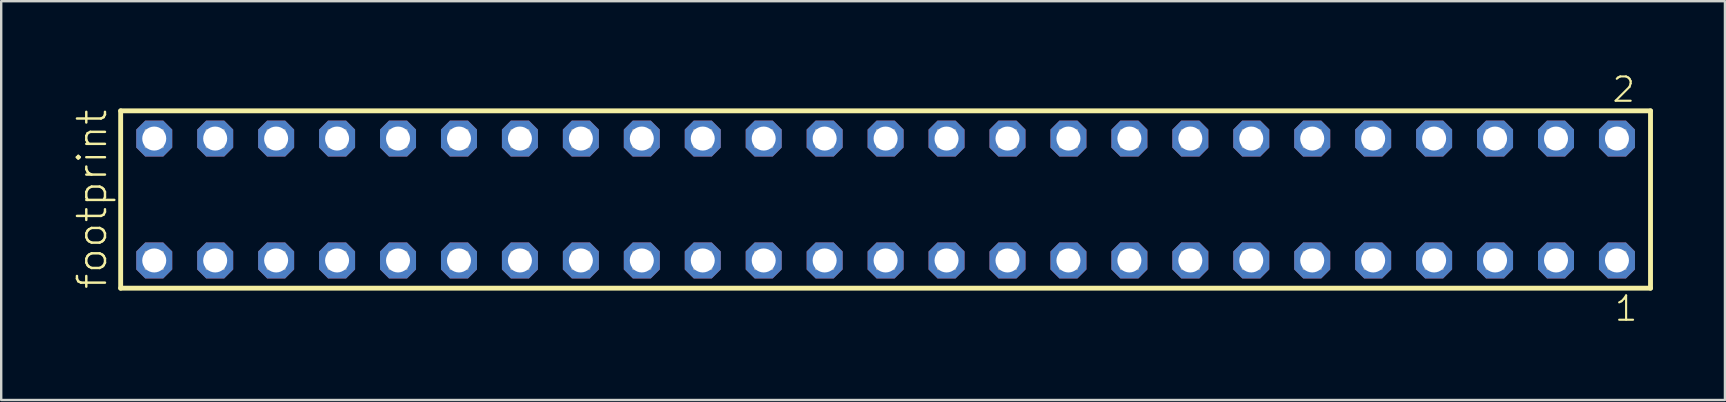
<source format=kicad_pcb>
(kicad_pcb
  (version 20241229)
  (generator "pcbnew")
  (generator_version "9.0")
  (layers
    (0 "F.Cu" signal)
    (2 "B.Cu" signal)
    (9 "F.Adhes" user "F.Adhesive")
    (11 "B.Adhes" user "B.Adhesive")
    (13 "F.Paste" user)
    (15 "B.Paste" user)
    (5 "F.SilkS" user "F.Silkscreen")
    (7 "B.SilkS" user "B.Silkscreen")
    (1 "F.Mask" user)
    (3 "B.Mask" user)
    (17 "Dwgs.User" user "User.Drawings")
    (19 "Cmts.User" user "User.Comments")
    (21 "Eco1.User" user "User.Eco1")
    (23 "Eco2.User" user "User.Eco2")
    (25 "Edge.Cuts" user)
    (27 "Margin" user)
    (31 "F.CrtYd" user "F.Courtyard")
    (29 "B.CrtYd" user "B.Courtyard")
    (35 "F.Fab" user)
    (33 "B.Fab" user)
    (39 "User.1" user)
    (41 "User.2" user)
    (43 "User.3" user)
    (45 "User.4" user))
  (footprint "footprint"
    (layer "F.Cu")
    (at 33.858 5.265)
    (property "Reference" "footprint" (at -32.385 3.81 90) (layer "F.SilkS") (effects (font (size 1.168 1.168) (thickness 0.102)) (justify left bottom)))
    (fp_line (start -31.879 -3.695) (end 31.879 -3.695) (stroke (width 0.203) (type solid)) (layer "F.SilkS"))
    (fp_line (start -31.879 3.695) (end -31.879 -3.695) (stroke (width 0.203) (type solid)) (layer "F.SilkS"))
    (fp_line (start 31.879 -3.695) (end 31.879 3.695) (stroke (width 0.203) (type solid)) (layer "F.SilkS"))
    (fp_line (start 31.879 3.695) (end -31.879 3.695) (stroke (width 0.203) (type solid)) (layer "F.SilkS"))
    (fp_poly (pts (xy -30.83 -2.19) (xy -30.13 -2.19) (xy -30.13 -2.89) (xy -30.83 -2.89)) (stroke (width 0.1) (type solid)) (fill no) (layer "F.Fab"))
    (fp_poly (pts (xy -30.83 2.89) (xy -30.13 2.89) (xy -30.13 2.19) (xy -30.83 2.19)) (stroke (width 0.1) (type solid)) (fill no) (layer "F.Fab"))
    (fp_poly (pts (xy -28.29 -2.19) (xy -27.59 -2.19) (xy -27.59 -2.89) (xy -28.29 -2.89)) (stroke (width 0.1) (type solid)) (fill no) (layer "F.Fab"))
    (fp_poly (pts (xy -28.29 2.89) (xy -27.59 2.89) (xy -27.59 2.19) (xy -28.29 2.19)) (stroke (width 0.1) (type solid)) (fill no) (layer "F.Fab"))
    (fp_poly (pts (xy -25.75 -2.19) (xy -25.05 -2.19) (xy -25.05 -2.89) (xy -25.75 -2.89)) (stroke (width 0.1) (type solid)) (fill no) (layer "F.Fab"))
    (fp_poly (pts (xy -25.75 2.89) (xy -25.05 2.89) (xy -25.05 2.19) (xy -25.75 2.19)) (stroke (width 0.1) (type solid)) (fill no) (layer "F.Fab"))
    (fp_poly (pts (xy -23.21 -2.19) (xy -22.51 -2.19) (xy -22.51 -2.89) (xy -23.21 -2.89)) (stroke (width 0.1) (type solid)) (fill no) (layer "F.Fab"))
    (fp_poly (pts (xy -23.21 2.89) (xy -22.51 2.89) (xy -22.51 2.19) (xy -23.21 2.19)) (stroke (width 0.1) (type solid)) (fill no) (layer "F.Fab"))
    (fp_poly (pts (xy -20.67 -2.19) (xy -19.97 -2.19) (xy -19.97 -2.89) (xy -20.67 -2.89)) (stroke (width 0.1) (type solid)) (fill no) (layer "F.Fab"))
    (fp_poly (pts (xy -20.67 2.89) (xy -19.97 2.89) (xy -19.97 2.19) (xy -20.67 2.19)) (stroke (width 0.1) (type solid)) (fill no) (layer "F.Fab"))
    (fp_poly (pts (xy -18.13 -2.19) (xy -17.43 -2.19) (xy -17.43 -2.89) (xy -18.13 -2.89)) (stroke (width 0.1) (type solid)) (fill no) (layer "F.Fab"))
    (fp_poly (pts (xy -18.13 2.89) (xy -17.43 2.89) (xy -17.43 2.19) (xy -18.13 2.19)) (stroke (width 0.1) (type solid)) (fill no) (layer "F.Fab"))
    (fp_poly (pts (xy -15.59 -2.19) (xy -14.89 -2.19) (xy -14.89 -2.89) (xy -15.59 -2.89)) (stroke (width 0.1) (type solid)) (fill no) (layer "F.Fab"))
    (fp_poly (pts (xy -15.59 2.89) (xy -14.89 2.89) (xy -14.89 2.19) (xy -15.59 2.19)) (stroke (width 0.1) (type solid)) (fill no) (layer "F.Fab"))
    (fp_poly (pts (xy -13.05 -2.19) (xy -12.35 -2.19) (xy -12.35 -2.89) (xy -13.05 -2.89)) (stroke (width 0.1) (type solid)) (fill no) (layer "F.Fab"))
    (fp_poly (pts (xy -13.05 2.89) (xy -12.35 2.89) (xy -12.35 2.19) (xy -13.05 2.19)) (stroke (width 0.1) (type solid)) (fill no) (layer "F.Fab"))
    (fp_poly (pts (xy -10.51 -2.19) (xy -9.81 -2.19) (xy -9.81 -2.89) (xy -10.51 -2.89)) (stroke (width 0.1) (type solid)) (fill no) (layer "F.Fab"))
    (fp_poly (pts (xy -10.51 2.89) (xy -9.81 2.89) (xy -9.81 2.19) (xy -10.51 2.19)) (stroke (width 0.1) (type solid)) (fill no) (layer "F.Fab"))
    (fp_poly (pts (xy -7.97 -2.19) (xy -7.27 -2.19) (xy -7.27 -2.89) (xy -7.97 -2.89)) (stroke (width 0.1) (type solid)) (fill no) (layer "F.Fab"))
    (fp_poly (pts (xy -7.97 2.89) (xy -7.27 2.89) (xy -7.27 2.19) (xy -7.97 2.19)) (stroke (width 0.1) (type solid)) (fill no) (layer "F.Fab"))
    (fp_poly (pts (xy -5.43 -2.19) (xy -4.73 -2.19) (xy -4.73 -2.89) (xy -5.43 -2.89)) (stroke (width 0.1) (type solid)) (fill no) (layer "F.Fab"))
    (fp_poly (pts (xy -5.43 2.89) (xy -4.73 2.89) (xy -4.73 2.19) (xy -5.43 2.19)) (stroke (width 0.1) (type solid)) (fill no) (layer "F.Fab"))
    (fp_poly (pts (xy -2.89 -2.19) (xy -2.19 -2.19) (xy -2.19 -2.89) (xy -2.89 -2.89)) (stroke (width 0.1) (type solid)) (fill no) (layer "F.Fab"))
    (fp_poly (pts (xy -2.89 2.89) (xy -2.19 2.89) (xy -2.19 2.19) (xy -2.89 2.19)) (stroke (width 0.1) (type solid)) (fill no) (layer "F.Fab"))
    (fp_poly (pts (xy -0.35 -2.19) (xy 0.35 -2.19) (xy 0.35 -2.89) (xy -0.35 -2.89)) (stroke (width 0.1) (type solid)) (fill no) (layer "F.Fab"))
    (fp_poly (pts (xy -0.35 2.89) (xy 0.35 2.89) (xy 0.35 2.19) (xy -0.35 2.19)) (stroke (width 0.1) (type solid)) (fill no) (layer "F.Fab"))
    (fp_poly (pts (xy 2.19 -2.19) (xy 2.89 -2.19) (xy 2.89 -2.89) (xy 2.19 -2.89)) (stroke (width 0.1) (type solid)) (fill no) (layer "F.Fab"))
    (fp_poly (pts (xy 2.19 2.89) (xy 2.89 2.89) (xy 2.89 2.19) (xy 2.19 2.19)) (stroke (width 0.1) (type solid)) (fill no) (layer "F.Fab"))
    (fp_poly (pts (xy 4.73 -2.19) (xy 5.43 -2.19) (xy 5.43 -2.89) (xy 4.73 -2.89)) (stroke (width 0.1) (type solid)) (fill no) (layer "F.Fab"))
    (fp_poly (pts (xy 4.73 2.89) (xy 5.43 2.89) (xy 5.43 2.19) (xy 4.73 2.19)) (stroke (width 0.1) (type solid)) (fill no) (layer "F.Fab"))
    (fp_poly (pts (xy 7.27 -2.19) (xy 7.97 -2.19) (xy 7.97 -2.89) (xy 7.27 -2.89)) (stroke (width 0.1) (type solid)) (fill no) (layer "F.Fab"))
    (fp_poly (pts (xy 7.27 2.89) (xy 7.97 2.89) (xy 7.97 2.19) (xy 7.27 2.19)) (stroke (width 0.1) (type solid)) (fill no) (layer "F.Fab"))
    (fp_poly (pts (xy 9.81 -2.19) (xy 10.51 -2.19) (xy 10.51 -2.89) (xy 9.81 -2.89)) (stroke (width 0.1) (type solid)) (fill no) (layer "F.Fab"))
    (fp_poly (pts (xy 9.81 2.89) (xy 10.51 2.89) (xy 10.51 2.19) (xy 9.81 2.19)) (stroke (width 0.1) (type solid)) (fill no) (layer "F.Fab"))
    (fp_poly (pts (xy 12.35 -2.19) (xy 13.05 -2.19) (xy 13.05 -2.89) (xy 12.35 -2.89)) (stroke (width 0.1) (type solid)) (fill no) (layer "F.Fab"))
    (fp_poly (pts (xy 12.35 2.89) (xy 13.05 2.89) (xy 13.05 2.19) (xy 12.35 2.19)) (stroke (width 0.1) (type solid)) (fill no) (layer "F.Fab"))
    (fp_poly (pts (xy 14.89 -2.19) (xy 15.59 -2.19) (xy 15.59 -2.89) (xy 14.89 -2.89)) (stroke (width 0.1) (type solid)) (fill no) (layer "F.Fab"))
    (fp_poly (pts (xy 14.89 2.89) (xy 15.59 2.89) (xy 15.59 2.19) (xy 14.89 2.19)) (stroke (width 0.1) (type solid)) (fill no) (layer "F.Fab"))
    (fp_poly (pts (xy 17.43 -2.19) (xy 18.13 -2.19) (xy 18.13 -2.89) (xy 17.43 -2.89)) (stroke (width 0.1) (type solid)) (fill no) (layer "F.Fab"))
    (fp_poly (pts (xy 17.43 2.89) (xy 18.13 2.89) (xy 18.13 2.19) (xy 17.43 2.19)) (stroke (width 0.1) (type solid)) (fill no) (layer "F.Fab"))
    (fp_poly (pts (xy 19.97 -2.19) (xy 20.67 -2.19) (xy 20.67 -2.89) (xy 19.97 -2.89)) (stroke (width 0.1) (type solid)) (fill no) (layer "F.Fab"))
    (fp_poly (pts (xy 19.97 2.89) (xy 20.67 2.89) (xy 20.67 2.19) (xy 19.97 2.19)) (stroke (width 0.1) (type solid)) (fill no) (layer "F.Fab"))
    (fp_poly (pts (xy 22.51 -2.19) (xy 23.21 -2.19) (xy 23.21 -2.89) (xy 22.51 -2.89)) (stroke (width 0.1) (type solid)) (fill no) (layer "F.Fab"))
    (fp_poly (pts (xy 22.51 2.89) (xy 23.21 2.89) (xy 23.21 2.19) (xy 22.51 2.19)) (stroke (width 0.1) (type solid)) (fill no) (layer "F.Fab"))
    (fp_poly (pts (xy 25.05 -2.19) (xy 25.75 -2.19) (xy 25.75 -2.89) (xy 25.05 -2.89)) (stroke (width 0.1) (type solid)) (fill no) (layer "F.Fab"))
    (fp_poly (pts (xy 25.05 2.89) (xy 25.75 2.89) (xy 25.75 2.19) (xy 25.05 2.19)) (stroke (width 0.1) (type solid)) (fill no) (layer "F.Fab"))
    (fp_poly (pts (xy 27.59 -2.19) (xy 28.29 -2.19) (xy 28.29 -2.89) (xy 27.59 -2.89)) (stroke (width 0.1) (type solid)) (fill no) (layer "F.Fab"))
    (fp_poly (pts (xy 27.59 2.89) (xy 28.29 2.89) (xy 28.29 2.19) (xy 27.59 2.19)) (stroke (width 0.1) (type solid)) (fill no) (layer "F.Fab"))
    (fp_poly (pts (xy 30.13 -2.19) (xy 30.83 -2.19) (xy 30.83 -2.89) (xy 30.13 -2.89)) (stroke (width 0.1) (type solid)) (fill no) (layer "F.Fab"))
    (fp_poly (pts (xy 30.13 2.89) (xy 30.83 2.89) (xy 30.83 2.19) (xy 30.13 2.19)) (stroke (width 0.1) (type solid)) (fill no) (layer "F.Fab"))
    (fp_text user "1" (at 30.322 5.138 0) (layer "F.SilkS") (effects (font (size 1.012 1.012) (thickness 0.088)) (justify left bottom)))
    (fp_text user "2" (at 30.222 -3.989 0) (layer "F.SilkS") (effects (font (size 1.012 1.012) (thickness 0.088)) (justify left bottom)))
    (pad "1" thru_hole roundrect (at 30.48 2.54 180) (size 1.5 1.5) (drill 1) (layers "*.Cu" "*.Mask") (roundrect_rratio 0.25) (chamfer_ratio 0.25) (chamfer top_left top_right bottom_left bottom_right))
    (pad "2" thru_hole roundrect (at 30.48 -2.54 180) (size 1.5 1.5) (drill 1) (layers "*.Cu" "*.Mask") (roundrect_rratio 0.25) (chamfer_ratio 0.25) (chamfer top_left top_right bottom_left bottom_right))
    (pad "3" thru_hole roundrect (at 27.94 2.54 180) (size 1.5 1.5) (drill 1) (layers "*.Cu" "*.Mask") (roundrect_rratio 0.25) (chamfer_ratio 0.25) (chamfer top_left top_right bottom_left bottom_right))
    (pad "4" thru_hole roundrect (at 27.94 -2.54 180) (size 1.5 1.5) (drill 1) (layers "*.Cu" "*.Mask") (roundrect_rratio 0.25) (chamfer_ratio 0.25) (chamfer top_left top_right bottom_left bottom_right))
    (pad "5" thru_hole roundrect (at 25.4 2.54 180) (size 1.5 1.5) (drill 1) (layers "*.Cu" "*.Mask") (roundrect_rratio 0.25) (chamfer_ratio 0.25) (chamfer top_left top_right bottom_left bottom_right))
    (pad "6" thru_hole roundrect (at 25.4 -2.54 180) (size 1.5 1.5) (drill 1) (layers "*.Cu" "*.Mask") (roundrect_rratio 0.25) (chamfer_ratio 0.25) (chamfer top_left top_right bottom_left bottom_right))
    (pad "7" thru_hole roundrect (at 22.86 2.54 180) (size 1.5 1.5) (drill 1) (layers "*.Cu" "*.Mask") (roundrect_rratio 0.25) (chamfer_ratio 0.25) (chamfer top_left top_right bottom_left bottom_right))
    (pad "8" thru_hole roundrect (at 22.86 -2.54 180) (size 1.5 1.5) (drill 1) (layers "*.Cu" "*.Mask") (roundrect_rratio 0.25) (chamfer_ratio 0.25) (chamfer top_left top_right bottom_left bottom_right))
    (pad "9" thru_hole roundrect (at 20.32 2.54 180) (size 1.5 1.5) (drill 1) (layers "*.Cu" "*.Mask") (roundrect_rratio 0.25) (chamfer_ratio 0.25) (chamfer top_left top_right bottom_left bottom_right))
    (pad "10" thru_hole roundrect (at 20.32 -2.54 180) (size 1.5 1.5) (drill 1) (layers "*.Cu" "*.Mask") (roundrect_rratio 0.25) (chamfer_ratio 0.25) (chamfer top_left top_right bottom_left bottom_right))
    (pad "11" thru_hole roundrect (at 17.78 2.54 180) (size 1.5 1.5) (drill 1) (layers "*.Cu" "*.Mask") (roundrect_rratio 0.25) (chamfer_ratio 0.25) (chamfer top_left top_right bottom_left bottom_right))
    (pad "12" thru_hole roundrect (at 17.78 -2.54 180) (size 1.5 1.5) (drill 1) (layers "*.Cu" "*.Mask") (roundrect_rratio 0.25) (chamfer_ratio 0.25) (chamfer top_left top_right bottom_left bottom_right))
    (pad "13" thru_hole roundrect (at 15.24 2.54 180) (size 1.5 1.5) (drill 1) (layers "*.Cu" "*.Mask") (roundrect_rratio 0.25) (chamfer_ratio 0.25) (chamfer top_left top_right bottom_left bottom_right))
    (pad "14" thru_hole roundrect (at 15.24 -2.54 180) (size 1.5 1.5) (drill 1) (layers "*.Cu" "*.Mask") (roundrect_rratio 0.25) (chamfer_ratio 0.25) (chamfer top_left top_right bottom_left bottom_right))
    (pad "15" thru_hole roundrect (at 12.7 2.54 180) (size 1.5 1.5) (drill 1) (layers "*.Cu" "*.Mask") (roundrect_rratio 0.25) (chamfer_ratio 0.25) (chamfer top_left top_right bottom_left bottom_right))
    (pad "16" thru_hole roundrect (at 12.7 -2.54 180) (size 1.5 1.5) (drill 1) (layers "*.Cu" "*.Mask") (roundrect_rratio 0.25) (chamfer_ratio 0.25) (chamfer top_left top_right bottom_left bottom_right))
    (pad "17" thru_hole roundrect (at 10.16 2.54 180) (size 1.5 1.5) (drill 1) (layers "*.Cu" "*.Mask") (roundrect_rratio 0.25) (chamfer_ratio 0.25) (chamfer top_left top_right bottom_left bottom_right))
    (pad "18" thru_hole roundrect (at 10.16 -2.54 180) (size 1.5 1.5) (drill 1) (layers "*.Cu" "*.Mask") (roundrect_rratio 0.25) (chamfer_ratio 0.25) (chamfer top_left top_right bottom_left bottom_right))
    (pad "19" thru_hole roundrect (at 7.62 2.54 180) (size 1.5 1.5) (drill 1) (layers "*.Cu" "*.Mask") (roundrect_rratio 0.25) (chamfer_ratio 0.25) (chamfer top_left top_right bottom_left bottom_right))
    (pad "20" thru_hole roundrect (at 7.62 -2.54 180) (size 1.5 1.5) (drill 1) (layers "*.Cu" "*.Mask") (roundrect_rratio 0.25) (chamfer_ratio 0.25) (chamfer top_left top_right bottom_left bottom_right))
    (pad "21" thru_hole roundrect (at 5.08 2.54 180) (size 1.5 1.5) (drill 1) (layers "*.Cu" "*.Mask") (roundrect_rratio 0.25) (chamfer_ratio 0.25) (chamfer top_left top_right bottom_left bottom_right))
    (pad "22" thru_hole roundrect (at 5.08 -2.54 180) (size 1.5 1.5) (drill 1) (layers "*.Cu" "*.Mask") (roundrect_rratio 0.25) (chamfer_ratio 0.25) (chamfer top_left top_right bottom_left bottom_right))
    (pad "23" thru_hole roundrect (at 2.54 2.54 180) (size 1.5 1.5) (drill 1) (layers "*.Cu" "*.Mask") (roundrect_rratio 0.25) (chamfer_ratio 0.25) (chamfer top_left top_right bottom_left bottom_right))
    (pad "24" thru_hole roundrect (at 2.54 -2.54 180) (size 1.5 1.5) (drill 1) (layers "*.Cu" "*.Mask") (roundrect_rratio 0.25) (chamfer_ratio 0.25) (chamfer top_left top_right bottom_left bottom_right))
    (pad "25" thru_hole roundrect (at 0 2.54 180) (size 1.5 1.5) (drill 1) (layers "*.Cu" "*.Mask") (roundrect_rratio 0.25) (chamfer_ratio 0.25) (chamfer top_left top_right bottom_left bottom_right))
    (pad "26" thru_hole roundrect (at 0 -2.54 180) (size 1.5 1.5) (drill 1) (layers "*.Cu" "*.Mask") (roundrect_rratio 0.25) (chamfer_ratio 0.25) (chamfer top_left top_right bottom_left bottom_right))
    (pad "27" thru_hole roundrect (at -2.54 2.54 180) (size 1.5 1.5) (drill 1) (layers "*.Cu" "*.Mask") (roundrect_rratio 0.25) (chamfer_ratio 0.25) (chamfer top_left top_right bottom_left bottom_right))
    (pad "28" thru_hole roundrect (at -2.54 -2.54 180) (size 1.5 1.5) (drill 1) (layers "*.Cu" "*.Mask") (roundrect_rratio 0.25) (chamfer_ratio 0.25) (chamfer top_left top_right bottom_left bottom_right))
    (pad "29" thru_hole roundrect (at -5.08 2.54 180) (size 1.5 1.5) (drill 1) (layers "*.Cu" "*.Mask") (roundrect_rratio 0.25) (chamfer_ratio 0.25) (chamfer top_left top_right bottom_left bottom_right))
    (pad "30" thru_hole roundrect (at -5.08 -2.54 180) (size 1.5 1.5) (drill 1) (layers "*.Cu" "*.Mask") (roundrect_rratio 0.25) (chamfer_ratio 0.25) (chamfer top_left top_right bottom_left bottom_right))
    (pad "31" thru_hole roundrect (at -7.62 2.54 180) (size 1.5 1.5) (drill 1) (layers "*.Cu" "*.Mask") (roundrect_rratio 0.25) (chamfer_ratio 0.25) (chamfer top_left top_right bottom_left bottom_right))
    (pad "32" thru_hole roundrect (at -7.62 -2.54 180) (size 1.5 1.5) (drill 1) (layers "*.Cu" "*.Mask") (roundrect_rratio 0.25) (chamfer_ratio 0.25) (chamfer top_left top_right bottom_left bottom_right))
    (pad "33" thru_hole roundrect (at -10.16 2.54 180) (size 1.5 1.5) (drill 1) (layers "*.Cu" "*.Mask") (roundrect_rratio 0.25) (chamfer_ratio 0.25) (chamfer top_left top_right bottom_left bottom_right))
    (pad "34" thru_hole roundrect (at -10.16 -2.54 180) (size 1.5 1.5) (drill 1) (layers "*.Cu" "*.Mask") (roundrect_rratio 0.25) (chamfer_ratio 0.25) (chamfer top_left top_right bottom_left bottom_right))
    (pad "35" thru_hole roundrect (at -12.7 2.54 180) (size 1.5 1.5) (drill 1) (layers "*.Cu" "*.Mask") (roundrect_rratio 0.25) (chamfer_ratio 0.25) (chamfer top_left top_right bottom_left bottom_right))
    (pad "36" thru_hole roundrect (at -12.7 -2.54 180) (size 1.5 1.5) (drill 1) (layers "*.Cu" "*.Mask") (roundrect_rratio 0.25) (chamfer_ratio 0.25) (chamfer top_left top_right bottom_left bottom_right))
    (pad "37" thru_hole roundrect (at -15.24 2.54 180) (size 1.5 1.5) (drill 1) (layers "*.Cu" "*.Mask") (roundrect_rratio 0.25) (chamfer_ratio 0.25) (chamfer top_left top_right bottom_left bottom_right))
    (pad "38" thru_hole roundrect (at -15.24 -2.54 180) (size 1.5 1.5) (drill 1) (layers "*.Cu" "*.Mask") (roundrect_rratio 0.25) (chamfer_ratio 0.25) (chamfer top_left top_right bottom_left bottom_right))
    (pad "39" thru_hole roundrect (at -17.78 2.54 180) (size 1.5 1.5) (drill 1) (layers "*.Cu" "*.Mask") (roundrect_rratio 0.25) (chamfer_ratio 0.25) (chamfer top_left top_right bottom_left bottom_right))
    (pad "40" thru_hole roundrect (at -17.78 -2.54 180) (size 1.5 1.5) (drill 1) (layers "*.Cu" "*.Mask") (roundrect_rratio 0.25) (chamfer_ratio 0.25) (chamfer top_left top_right bottom_left bottom_right))
    (pad "41" thru_hole roundrect (at -20.32 2.54 180) (size 1.5 1.5) (drill 1) (layers "*.Cu" "*.Mask") (roundrect_rratio 0.25) (chamfer_ratio 0.25) (chamfer top_left top_right bottom_left bottom_right))
    (pad "42" thru_hole roundrect (at -20.32 -2.54 180) (size 1.5 1.5) (drill 1) (layers "*.Cu" "*.Mask") (roundrect_rratio 0.25) (chamfer_ratio 0.25) (chamfer top_left top_right bottom_left bottom_right))
    (pad "43" thru_hole roundrect (at -22.86 2.54 180) (size 1.5 1.5) (drill 1) (layers "*.Cu" "*.Mask") (roundrect_rratio 0.25) (chamfer_ratio 0.25) (chamfer top_left top_right bottom_left bottom_right))
    (pad "44" thru_hole roundrect (at -22.86 -2.54 180) (size 1.5 1.5) (drill 1) (layers "*.Cu" "*.Mask") (roundrect_rratio 0.25) (chamfer_ratio 0.25) (chamfer top_left top_right bottom_left bottom_right))
    (pad "45" thru_hole roundrect (at -25.4 2.54 180) (size 1.5 1.5) (drill 1) (layers "*.Cu" "*.Mask") (roundrect_rratio 0.25) (chamfer_ratio 0.25) (chamfer top_left top_right bottom_left bottom_right))
    (pad "46" thru_hole roundrect (at -25.4 -2.54 180) (size 1.5 1.5) (drill 1) (layers "*.Cu" "*.Mask") (roundrect_rratio 0.25) (chamfer_ratio 0.25) (chamfer top_left top_right bottom_left bottom_right))
    (pad "47" thru_hole roundrect (at -27.94 2.54 180) (size 1.5 1.5) (drill 1) (layers "*.Cu" "*.Mask") (roundrect_rratio 0.25) (chamfer_ratio 0.25) (chamfer top_left top_right bottom_left bottom_right))
    (pad "48" thru_hole roundrect (at -27.94 -2.54 180) (size 1.5 1.5) (drill 1) (layers "*.Cu" "*.Mask") (roundrect_rratio 0.25) (chamfer_ratio 0.25) (chamfer top_left top_right bottom_left bottom_right))
    (pad "49" thru_hole roundrect (at -30.48 2.54 180) (size 1.5 1.5) (drill 1) (layers "*.Cu" "*.Mask") (roundrect_rratio 0.25) (chamfer_ratio 0.25) (chamfer top_left top_right bottom_left bottom_right))
    (pad "50" thru_hole roundrect (at -30.48 -2.54 180) (size 1.5 1.5) (drill 1) (layers "*.Cu" "*.Mask") (roundrect_rratio 0.25) (chamfer_ratio 0.25) (chamfer top_left top_right bottom_left bottom_right)))
  (gr_rect
    (start -3 -3)
    (end 68.839 13.62)
    (stroke (width 0.1) (type default))
    (fill no)
    (layer "Edge.Cuts")))
</source>
